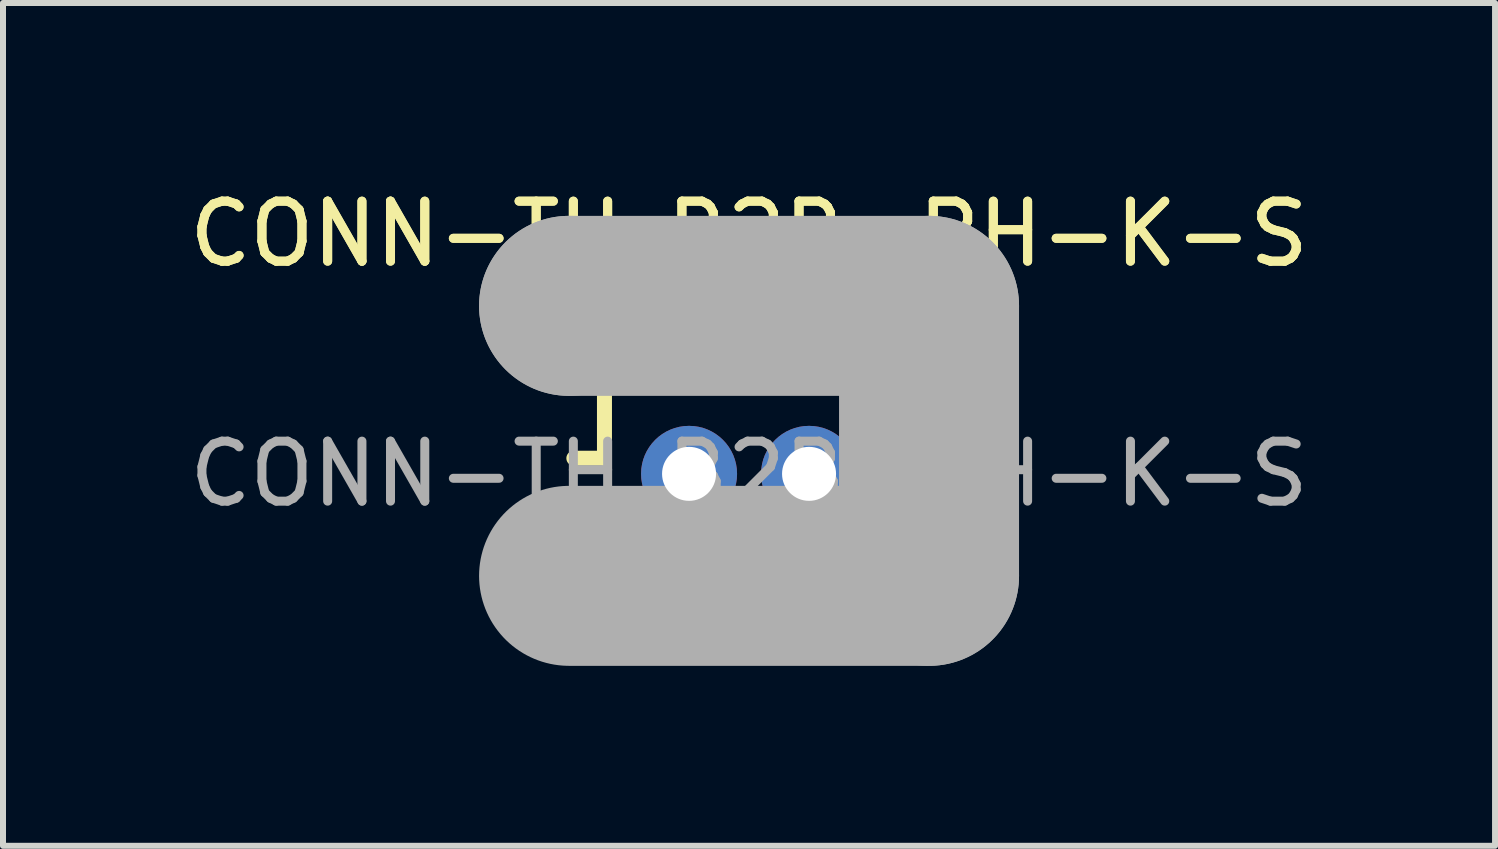
<source format=kicad_pcb>
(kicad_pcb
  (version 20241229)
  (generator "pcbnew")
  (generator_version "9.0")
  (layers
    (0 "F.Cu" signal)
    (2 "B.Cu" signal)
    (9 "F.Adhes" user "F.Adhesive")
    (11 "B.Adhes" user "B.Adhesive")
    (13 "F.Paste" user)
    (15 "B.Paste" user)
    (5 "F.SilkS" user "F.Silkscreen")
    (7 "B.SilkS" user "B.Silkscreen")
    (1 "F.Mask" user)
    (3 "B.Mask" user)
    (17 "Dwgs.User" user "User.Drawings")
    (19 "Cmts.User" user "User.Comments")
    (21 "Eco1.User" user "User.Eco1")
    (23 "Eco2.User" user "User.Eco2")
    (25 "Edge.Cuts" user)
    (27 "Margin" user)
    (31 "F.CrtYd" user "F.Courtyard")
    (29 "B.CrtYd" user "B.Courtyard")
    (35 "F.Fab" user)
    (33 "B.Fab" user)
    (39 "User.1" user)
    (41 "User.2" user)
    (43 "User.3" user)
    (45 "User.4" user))
  (footprint "CONN-TH_B2B-PH-K-S"
    (layer "F.Cu")
    (at 9.435 4.848)
    (property "Reference" "CONN-TH_B2B-PH-K-S" (at 0 -4 0) (layer "F.SilkS") (effects (font (size 1 1) (thickness 0.15))))
    (attr through_hole)
    (fp_line (start -2.92 -0.26) (end -2.41 -0.26) (stroke (width 0.25) (type solid)) (layer "F.SilkS"))
    (fp_line (start -2.92 0.38) (end -2.41 0.38) (stroke (width 0.25) (type solid)) (layer "F.SilkS"))
    (fp_line (start -2.41 -2.16) (end 2.54 -2.16) (stroke (width 0.25) (type solid)) (layer "F.SilkS"))
    (fp_line (start -2.41 -0.26) (end -2.41 -2.16) (stroke (width 0.25) (type solid)) (layer "F.SilkS"))
    (fp_line (start -2.41 0.38) (end -2.41 1.14) (stroke (width 0.25) (type solid)) (layer "F.SilkS"))
    (fp_line (start -2.41 1.14) (end -0.25 1.14) (stroke (width 0.25) (type solid)) (layer "F.SilkS"))
    (fp_line (start -0.25 1.14) (end -0.25 1.65) (stroke (width 0.25) (type solid)) (layer "F.SilkS"))
    (fp_line (start 0.34 1.14) (end 0.34 1.65) (stroke (width 0.25) (type solid)) (layer "F.SilkS"))
    (fp_line (start 2.5 0.38) (end 2.5 1.14) (stroke (width 0.25) (type solid)) (layer "F.SilkS"))
    (fp_line (start 2.5 1.14) (end 0.34 1.14) (stroke (width 0.25) (type solid)) (layer "F.SilkS"))
    (fp_line (start 2.54 -2.16) (end 2.54 -0.26) (stroke (width 0.25) (type solid)) (layer "F.SilkS"))
    (fp_line (start 2.54 -0.26) (end 2.93 -0.26) (stroke (width 0.25) (type solid)) (layer "F.SilkS"))
    (fp_line (start 3.01 0.38) (end 2.5 0.38) (stroke (width 0.25) (type solid)) (layer "F.SilkS"))
    (fp_line (start -3 -2.8) (end -3 -2.8) (stroke (width 3) (type solid)) (layer "F.Fab"))
    (fp_line (start -3 -2.8) (end 3 -2.8) (stroke (width 3) (type solid)) (layer "F.Fab"))
    (fp_line (start 3 -2.8) (end 3 1.7) (stroke (width 3) (type solid)) (layer "F.Fab"))
    (fp_line (start 3 1.7) (end -3 1.7) (stroke (width 3) (type solid)) (layer "F.Fab"))
    (fp_circle (center 2.95 -2.8) (end 2.98 -2.8) (stroke (width 0.06) (type solid)) (fill no) (layer "F.Fab"))
    (fp_text user "${REFERENCE}" (at 0 -4 0) (layer "F.SilkS") (effects (font (size 1 1) (thickness 0.15))))
    (fp_text user "${REFERENCE}" (at 0 0 0) (layer "F.Fab") (effects (font (size 1 1) (thickness 0.15))))
    (pad "1" thru_hole circle (at 1 0 180) (size 1.6 1.6) (drill 0.9) (layers "*.Cu" "*.Mask"))
    (pad "2" thru_hole circle (at -1 0 180) (size 1.6 1.6) (drill 0.9) (layers "*.Cu" "*.Mask")))
  (gr_rect
    (start -3 -3)
    (end 21.869 11.048)
    (stroke (width 0.1) (type default))
    (fill no)
    (layer "Edge.Cuts")))
</source>
